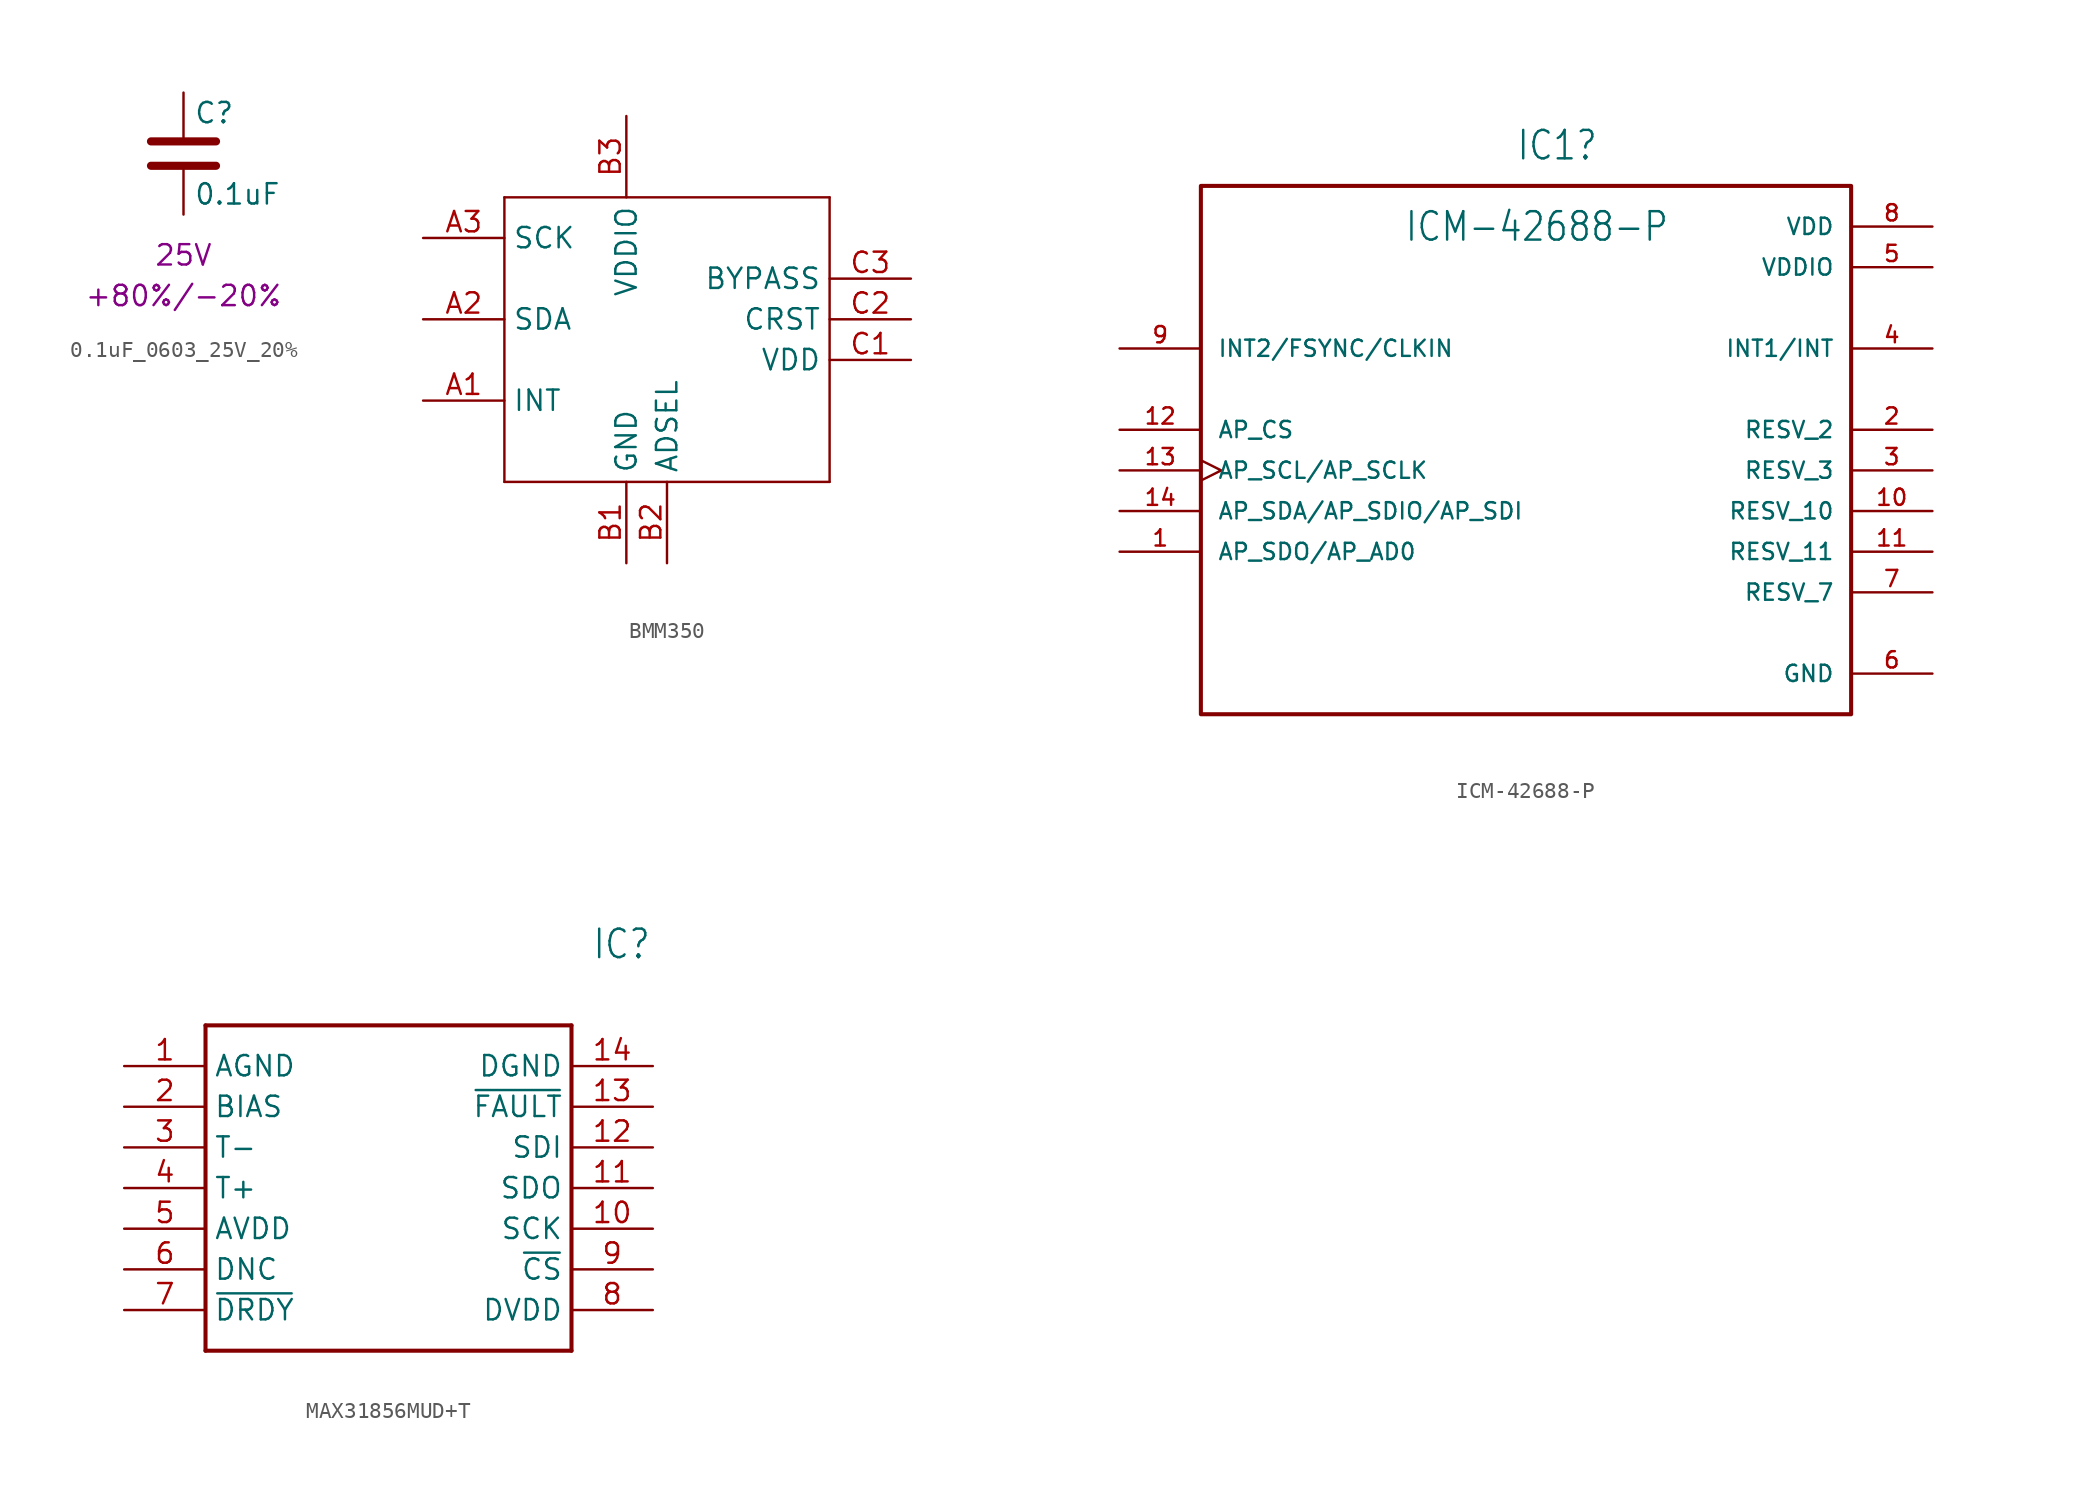
<source format=kicad_sym>
(kicad_symbol_lib
  (version 20220914)
  (generator kicad_symbol_editor)
  (symbol "0.1uF_0603_25V_20%"
    (pin_numbers hide)
    (pin_names
      (offset 0.254))
    (property "Reference" "C"
      (at 0.635 2.54 0)
      (effects (font (size 1.27 1.27)) (justify left)))
    (property "Value" "0.1uF"
      (at 0.635 -2.54 0)
      (effects (font (size 1.27 1.27)) (justify left)))
    (property "Voltage" "25V"
      (at 0 -6.35 0)
      (effects (font (size 1.27 1.27))))
    (property "Tolerance" "+80%/-20%"
      (at 0 -8.89 0)
      (effects (font (size 1.27 1.27))))
    (symbol "0.1uF_0603_25V_20%_0_1"
      (polyline (pts (xy -2.032 -0.762) (xy 2.032 -0.762)) (stroke (width 0.508) (type default)) (fill (type none)))
      (polyline (pts (xy -2.032 0.762) (xy 2.032 0.762)) (stroke (width 0.508) (type default)) (fill (type none))))
    (symbol "0.1uF_0603_25V_20%_1_1"
      (pin passive line (at 0 3.81 270) (length 2.794) (name "~" (effects (font (size 1.27 1.27)))) (number "1" (effects (font (size 1.27 1.27)))))
      (pin passive line (at 0 -3.81 90) (length 2.794) (name "~" (effects (font (size 1.27 1.27)))) (number "2" (effects (font (size 1.27 1.27)))))))
  (symbol "BMM350"
    (property "Reference" "U$3"
      (at 0 0 0)
      (effects (font (size 1.27 1.27)) hide))
    (property "ki_locked" ""
      (at 0 0 0)
      (effects (font (size 1.27 1.27))))
    (symbol "BMM350_1_0"
      (polyline (pts (xy -7.62 -10.16) (xy -7.62 7.62)) (stroke (width 0.152) (type solid)) (fill (type none)))
      (polyline (pts (xy -7.62 7.62) (xy 12.7 7.62)) (stroke (width 0.152) (type solid)) (fill (type none)))
      (polyline (pts (xy 12.7 -10.16) (xy -7.62 -10.16)) (stroke (width 0.152) (type solid)) (fill (type none)))
      (polyline (pts (xy 12.7 7.62) (xy 12.7 -10.16)) (stroke (width 0.152) (type solid)) (fill (type none)))
      (pin bidirectional line (at -12.7 -5.08 0) (length 5.08) (name "INT" (effects (font (size 1.27 1.27)))) (number "A1" (effects (font (size 1.27 1.27)))))
      (pin bidirectional line (at -12.7 0 0) (length 5.08) (name "SDA" (effects (font (size 1.27 1.27)))) (number "A2" (effects (font (size 1.27 1.27)))))
      (pin bidirectional line (at -12.7 5.08 0) (length 5.08) (name "SCK" (effects (font (size 1.27 1.27)))) (number "A3" (effects (font (size 1.27 1.27)))))
      (pin bidirectional line (at 0 -15.24 90) (length 5.08) (name "GND" (effects (font (size 1.27 1.27)))) (number "B1" (effects (font (size 1.27 1.27)))))
      (pin bidirectional line (at 2.54 -15.24 90) (length 5.08) (name "ADSEL" (effects (font (size 1.27 1.27)))) (number "B2" (effects (font (size 1.27 1.27)))))
      (pin bidirectional line (at 0 12.7 270) (length 5.08) (name "VDDIO" (effects (font (size 1.27 1.27)))) (number "B3" (effects (font (size 1.27 1.27)))))
      (pin bidirectional line (at 17.78 -2.54 180) (length 5.08) (name "VDD" (effects (font (size 1.27 1.27)))) (number "C1" (effects (font (size 1.27 1.27)))))
      (pin bidirectional line (at 17.78 0 180) (length 5.08) (name "CRST" (effects (font (size 1.27 1.27)))) (number "C2" (effects (font (size 1.27 1.27)))))
      (pin bidirectional line (at 17.78 2.54 180) (length 5.08) (name "BYPASS" (effects (font (size 1.27 1.27)))) (number "C3" (effects (font (size 1.27 1.27)))))))
  (symbol "ICM-42688-P"
    (pin_names
      (offset 1.016))
    (property "Reference" "IC1"
      (at -0.635 17.78 0)
      (effects (font (size 1.778 1.511)) (justify left)))
    (property "Value" "ICM-42688-P"
      (at -7.62 12.7 0)
      (effects (font (size 1.778 1.511)) (justify left)))
    (symbol "ICM-42688-P_0_0"
      (rectangle (start -20.32 15.24) (end 20.32 -17.78) (stroke (width 0.254) (type default)) (fill (type none)))
      (pin bidirectional line (at -25.4 -7.62 0) (length 5.08) (name "AP_SDO/AP_AD0" (effects (font (size 1.016 1.016)))) (number "1" (effects (font (size 1.016 1.016)))))
      (pin passive line (at 25.4 -5.08 180) (length 5.08) (name "RESV_10" (effects (font (size 1.016 1.016)))) (number "10" (effects (font (size 1.016 1.016)))))
      (pin passive line (at 25.4 -7.62 180) (length 5.08) (name "RESV_11" (effects (font (size 1.016 1.016)))) (number "11" (effects (font (size 1.016 1.016)))))
      (pin input line (at -25.4 0 0) (length 5.08) (name "AP_CS" (effects (font (size 1.016 1.016)))) (number "12" (effects (font (size 1.016 1.016)))))
      (pin input clock (at -25.4 -2.54 0) (length 5.08) (name "AP_SCL/AP_SCLK" (effects (font (size 1.016 1.016)))) (number "13" (effects (font (size 1.016 1.016)))))
      (pin bidirectional line (at -25.4 -5.08 0) (length 5.08) (name "AP_SDA/AP_SDIO/AP_SDI" (effects (font (size 1.016 1.016)))) (number "14" (effects (font (size 1.016 1.016)))))
      (pin passive line (at 25.4 0 180) (length 5.08) (name "RESV_2" (effects (font (size 1.016 1.016)))) (number "2" (effects (font (size 1.016 1.016)))))
      (pin passive line (at 25.4 -2.54 180) (length 5.08) (name "RESV_3" (effects (font (size 1.016 1.016)))) (number "3" (effects (font (size 1.016 1.016)))))
      (pin output line (at 25.4 5.08 180) (length 5.08) (name "INT1/INT" (effects (font (size 1.016 1.016)))) (number "4" (effects (font (size 1.016 1.016)))))
      (pin power_in line (at 25.4 10.16 180) (length 5.08) (name "VDDIO" (effects (font (size 1.016 1.016)))) (number "5" (effects (font (size 1.016 1.016)))))
      (pin power_in line (at 25.4 -15.24 180) (length 5.08) (name "GND" (effects (font (size 1.016 1.016)))) (number "6" (effects (font (size 1.016 1.016)))))
      (pin passive line (at 25.4 -10.16 180) (length 5.08) (name "RESV_7" (effects (font (size 1.016 1.016)))) (number "7" (effects (font (size 1.016 1.016)))))
      (pin power_in line (at 25.4 12.7 180) (length 5.08) (name "VDD" (effects (font (size 1.016 1.016)))) (number "8" (effects (font (size 1.016 1.016)))))
      (pin bidirectional line (at -25.4 5.08 0) (length 5.08) (name "INT2/FSYNC/CLKIN" (effects (font (size 1.016 1.016)))) (number "9" (effects (font (size 1.016 1.016)))))))
  (symbol "MAX31856MUD+T"
    (property "Reference" "IC"
      (at 29.21 7.62 0)
      (effects (font (size 1.778 1.511)) (justify left)))
    (property "Value" ""
      (at 29.21 5.08 0)
      (effects (font (size 1.778 1.511)) (justify left)))
    (property "ki_locked" ""
      (at 0 0 0)
      (effects (font (size 1.27 1.27))))
    (symbol "MAX31856MUD+T_1_0"
      (polyline (pts (xy 5.08 2.54) (xy 5.08 -17.78)) (stroke (width 0.254) (type solid)) (fill (type none)))
      (polyline (pts (xy 5.08 2.54) (xy 27.94 2.54)) (stroke (width 0.254) (type solid)) (fill (type none)))
      (polyline (pts (xy 27.94 -17.78) (xy 5.08 -17.78)) (stroke (width 0.254) (type solid)) (fill (type none)))
      (polyline (pts (xy 27.94 -17.78) (xy 27.94 2.54)) (stroke (width 0.254) (type solid)) (fill (type none)))
      (pin bidirectional line (at 0 0 0) (length 5.08) (name "AGND" (effects (font (size 1.27 1.27)))) (number "1" (effects (font (size 1.27 1.27)))))
      (pin bidirectional line (at 33.02 -10.16 180) (length 5.08) (name "SCK" (effects (font (size 1.27 1.27)))) (number "10" (effects (font (size 1.27 1.27)))))
      (pin bidirectional line (at 33.02 -7.62 180) (length 5.08) (name "SDO" (effects (font (size 1.27 1.27)))) (number "11" (effects (font (size 1.27 1.27)))))
      (pin bidirectional line (at 33.02 -5.08 180) (length 5.08) (name "SDI" (effects (font (size 1.27 1.27)))) (number "12" (effects (font (size 1.27 1.27)))))
      (pin bidirectional line (at 33.02 -2.54 180) (length 5.08) (name "~{FAULT}" (effects (font (size 1.27 1.27)))) (number "13" (effects (font (size 1.27 1.27)))))
      (pin bidirectional line (at 33.02 0 180) (length 5.08) (name "DGND" (effects (font (size 1.27 1.27)))) (number "14" (effects (font (size 1.27 1.27)))))
      (pin bidirectional line (at 0 -2.54 0) (length 5.08) (name "BIAS" (effects (font (size 1.27 1.27)))) (number "2" (effects (font (size 1.27 1.27)))))
      (pin bidirectional line (at 0 -5.08 0) (length 5.08) (name "T-" (effects (font (size 1.27 1.27)))) (number "3" (effects (font (size 1.27 1.27)))))
      (pin bidirectional line (at 0 -7.62 0) (length 5.08) (name "T+" (effects (font (size 1.27 1.27)))) (number "4" (effects (font (size 1.27 1.27)))))
      (pin bidirectional line (at 0 -10.16 0) (length 5.08) (name "AVDD" (effects (font (size 1.27 1.27)))) (number "5" (effects (font (size 1.27 1.27)))))
      (pin bidirectional line (at 0 -12.7 0) (length 5.08) (name "DNC" (effects (font (size 1.27 1.27)))) (number "6" (effects (font (size 1.27 1.27)))))
      (pin bidirectional line (at 0 -15.24 0) (length 5.08) (name "~{DRDY}" (effects (font (size 1.27 1.27)))) (number "7" (effects (font (size 1.27 1.27)))))
      (pin bidirectional line (at 33.02 -15.24 180) (length 5.08) (name "DVDD" (effects (font (size 1.27 1.27)))) (number "8" (effects (font (size 1.27 1.27)))))
      (pin bidirectional line (at 33.02 -12.7 180) (length 5.08) (name "~{CS}" (effects (font (size 1.27 1.27)))) (number "9" (effects (font (size 1.27 1.27))))))))
</source>
